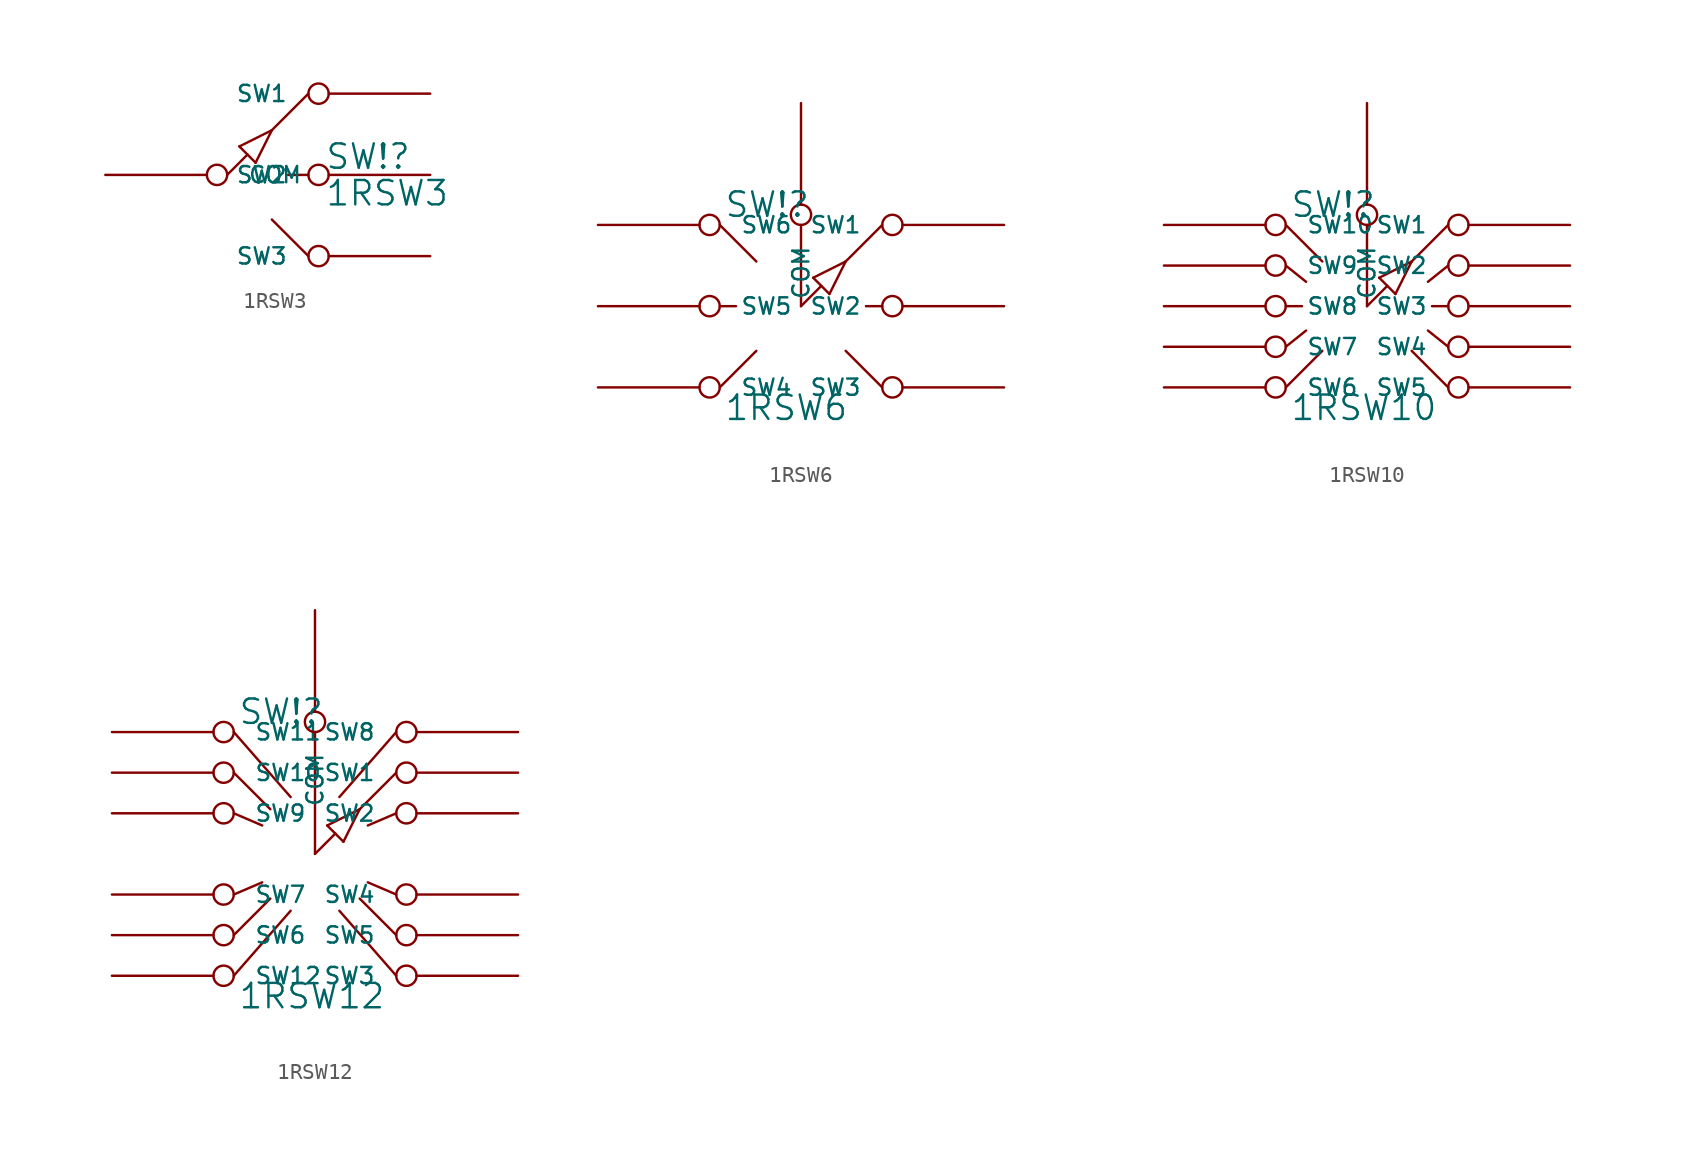
<source format=kicad_sym>
(kicad_symbol_lib
  (version 20231120)
  (generator "kicad_symbol_editor")
  (generator_version "8.0")
  (symbol "1RSW3"
    (pin_names
      (offset 1.27))
    (property "Reference" "SW!"
      (at 6.096 -4.826 0)
      (effects (font (size 1.524 1.524)) (justify left bottom)))
    (property "Value" "1RSW3"
      (at 6.096 -5.334 0)
      (effects (font (size 1.524 1.524)) (justify left top)))
    (symbol "1RSW3_0_1"
      (polyline (pts (xy 0.762 -3.302) (xy 1.778 -4.318)) (stroke (width 0) (type solid)) (fill (type none)))
      (polyline (pts (xy 1.27 -3.81) (xy 0 -5.08)) (stroke (width 0) (type solid)) (fill (type none)))
      (polyline (pts (xy 1.778 -4.318) (xy 2.794 -2.286)) (stroke (width 0) (type solid)) (fill (type none)))
      (polyline (pts (xy 2.794 -2.286) (xy 0.762 -3.302)) (stroke (width 0) (type solid)) (fill (type none)))
      (polyline (pts (xy 5.08 -10.16) (xy 2.794 -7.874)) (stroke (width 0) (type solid)) (fill (type none)))
      (polyline (pts (xy 5.08 -5.08) (xy 3.81 -5.08)) (stroke (width 0) (type solid)) (fill (type none)))
      (polyline (pts (xy 5.08 0) (xy 2.794 -2.286)) (stroke (width 0) (type solid)) (fill (type none))))
    (symbol "1RSW3_1_1"
      (pin passive inverted (at -7.62 -5.08 0) (length 7.62) (name "COM" (effects (font (size 1.016 1.016)))) (number "~" (effects (font (size 1.27 1.27)))))
      (pin passive inverted (at 12.7 0 180) (length 7.62) (name "SW1" (effects (font (size 1.016 1.016)))) (number "~" (effects (font (size 1.27 1.27)))))
      (pin passive inverted (at 12.7 -5.08 180) (length 7.62) (name "SW2" (effects (font (size 1.016 1.016)))) (number "~" (effects (font (size 1.27 1.27)))))
      (pin passive inverted (at 12.7 -10.16 180) (length 7.62) (name "SW3" (effects (font (size 1.016 1.016)))) (number "~" (effects (font (size 1.27 1.27)))))))
  (symbol "1RSW6"
    (pin_names
      (offset 1.27))
    (property "Reference" "SW!"
      (at 0.254 0.381 0)
      (effects (font (size 1.524 1.524)) (justify left bottom)))
    (property "Value" "1RSW6"
      (at 0.254 -10.541 0)
      (effects (font (size 1.524 1.524)) (justify left top)))
    (symbol "1RSW6_0_1"
      (polyline (pts (xy 0 -10.16) (xy 2.286 -7.874)) (stroke (width 0) (type solid)) (fill (type none)))
      (polyline (pts (xy 0 -5.08) (xy 1.016 -5.08)) (stroke (width 0) (type solid)) (fill (type none)))
      (polyline (pts (xy 0 0) (xy 2.286 -2.286)) (stroke (width 0) (type solid)) (fill (type none)))
      (polyline (pts (xy 5.08 0) (xy 5.08 -5.08)) (stroke (width 0) (type solid)) (fill (type none)))
      (polyline (pts (xy 5.842 -3.302) (xy 6.858 -4.318)) (stroke (width 0) (type solid)) (fill (type none)))
      (polyline (pts (xy 6.35 -3.81) (xy 5.08 -5.08)) (stroke (width 0) (type solid)) (fill (type none)))
      (polyline (pts (xy 6.858 -4.318) (xy 7.874 -2.286)) (stroke (width 0) (type solid)) (fill (type none)))
      (polyline (pts (xy 7.874 -2.286) (xy 5.842 -3.302)) (stroke (width 0) (type solid)) (fill (type none)))
      (polyline (pts (xy 10.16 -10.16) (xy 7.874 -7.874)) (stroke (width 0) (type solid)) (fill (type none)))
      (polyline (pts (xy 10.16 -5.08) (xy 9.144 -5.08)) (stroke (width 0) (type solid)) (fill (type none)))
      (polyline (pts (xy 10.16 0) (xy 7.874 -2.286)) (stroke (width 0) (type solid)) (fill (type none))))
    (symbol "1RSW6_1_1"
      (pin passive inverted (at 5.08 7.62 270) (length 7.62) (name "COM" (effects (font (size 1.016 1.016)))) (number "~" (effects (font (size 1.27 1.27)))))
      (pin passive inverted (at 17.78 0 180) (length 7.62) (name "SW1" (effects (font (size 1.016 1.016)))) (number "~" (effects (font (size 1.27 1.27)))))
      (pin passive inverted (at 17.78 -5.08 180) (length 7.62) (name "SW2" (effects (font (size 1.016 1.016)))) (number "~" (effects (font (size 1.27 1.27)))))
      (pin passive inverted (at 17.78 -10.16 180) (length 7.62) (name "SW3" (effects (font (size 1.016 1.016)))) (number "~" (effects (font (size 1.27 1.27)))))
      (pin passive inverted (at -7.62 -10.16 0) (length 7.62) (name "SW4" (effects (font (size 1.016 1.016)))) (number "~" (effects (font (size 1.27 1.27)))))
      (pin passive inverted (at -7.62 -5.08 0) (length 7.62) (name "SW5" (effects (font (size 1.016 1.016)))) (number "~" (effects (font (size 1.27 1.27)))))
      (pin passive inverted (at -7.62 0 0) (length 7.62) (name "SW6" (effects (font (size 1.016 1.016)))) (number "~" (effects (font (size 1.27 1.27)))))))
  (symbol "1RSW10"
    (pin_names
      (offset 1.27))
    (property "Reference" "SW!"
      (at 0.254 0.381 0)
      (effects (font (size 1.524 1.524)) (justify left bottom)))
    (property "Value" "1RSW10"
      (at 0.254 -10.541 0)
      (effects (font (size 1.524 1.524)) (justify left top)))
    (symbol "1RSW10_0_1"
      (polyline (pts (xy 0 -10.16) (xy 2.286 -7.874)) (stroke (width 0) (type solid)) (fill (type none)))
      (polyline (pts (xy 0 -7.62) (xy 1.27 -6.604)) (stroke (width 0) (type solid)) (fill (type none)))
      (polyline (pts (xy 0 -5.08) (xy 1.016 -5.08)) (stroke (width 0) (type solid)) (fill (type none)))
      (polyline (pts (xy 0 -2.54) (xy 1.27 -3.556)) (stroke (width 0) (type solid)) (fill (type none)))
      (polyline (pts (xy 0 0) (xy 2.286 -2.286)) (stroke (width 0) (type solid)) (fill (type none)))
      (polyline (pts (xy 5.08 0) (xy 5.08 -5.08)) (stroke (width 0) (type solid)) (fill (type none)))
      (polyline (pts (xy 5.842 -3.302) (xy 6.858 -4.318)) (stroke (width 0) (type solid)) (fill (type none)))
      (polyline (pts (xy 6.35 -3.81) (xy 5.08 -5.08)) (stroke (width 0) (type solid)) (fill (type none)))
      (polyline (pts (xy 6.858 -4.318) (xy 7.874 -2.286)) (stroke (width 0) (type solid)) (fill (type none)))
      (polyline (pts (xy 7.874 -2.286) (xy 5.842 -3.302)) (stroke (width 0) (type solid)) (fill (type none)))
      (polyline (pts (xy 10.16 -10.16) (xy 7.874 -7.874)) (stroke (width 0) (type solid)) (fill (type none)))
      (polyline (pts (xy 10.16 -7.62) (xy 8.89 -6.604)) (stroke (width 0) (type solid)) (fill (type none)))
      (polyline (pts (xy 10.16 -5.08) (xy 9.144 -5.08)) (stroke (width 0) (type solid)) (fill (type none)))
      (polyline (pts (xy 10.16 -2.54) (xy 8.89 -3.556)) (stroke (width 0) (type solid)) (fill (type none)))
      (polyline (pts (xy 10.16 0) (xy 7.874 -2.286)) (stroke (width 0) (type solid)) (fill (type none))))
    (symbol "1RSW10_1_1"
      (pin passive inverted (at 5.08 7.62 270) (length 7.62) (name "COM" (effects (font (size 1.016 1.016)))) (number "~" (effects (font (size 1.27 1.27)))))
      (pin passive inverted (at 17.78 0 180) (length 7.62) (name "SW1" (effects (font (size 1.016 1.016)))) (number "~" (effects (font (size 1.27 1.27)))))
      (pin passive inverted (at -7.62 0 0) (length 7.62) (name "SW10" (effects (font (size 1.016 1.016)))) (number "~" (effects (font (size 1.27 1.27)))))
      (pin passive inverted (at 17.78 -2.54 180) (length 7.62) (name "SW2" (effects (font (size 1.016 1.016)))) (number "~" (effects (font (size 1.27 1.27)))))
      (pin passive inverted (at 17.78 -5.08 180) (length 7.62) (name "SW3" (effects (font (size 1.016 1.016)))) (number "~" (effects (font (size 1.27 1.27)))))
      (pin passive inverted (at 17.78 -7.62 180) (length 7.62) (name "SW4" (effects (font (size 1.016 1.016)))) (number "~" (effects (font (size 1.27 1.27)))))
      (pin passive inverted (at 17.78 -10.16 180) (length 7.62) (name "SW5" (effects (font (size 1.016 1.016)))) (number "~" (effects (font (size 1.27 1.27)))))
      (pin passive inverted (at -7.62 -10.16 0) (length 7.62) (name "SW6" (effects (font (size 1.016 1.016)))) (number "~" (effects (font (size 1.27 1.27)))))
      (pin passive inverted (at -7.62 -7.62 0) (length 7.62) (name "SW7" (effects (font (size 1.016 1.016)))) (number "~" (effects (font (size 1.27 1.27)))))
      (pin passive inverted (at -7.62 -5.08 0) (length 7.62) (name "SW8" (effects (font (size 1.016 1.016)))) (number "~" (effects (font (size 1.27 1.27)))))
      (pin passive inverted (at -7.62 -2.54 0) (length 7.62) (name "SW9" (effects (font (size 1.016 1.016)))) (number "~" (effects (font (size 1.27 1.27)))))))
  (symbol "1RSW12"
    (pin_names
      (offset 1.27))
    (property "Reference" "SW!"
      (at 0.254 0.381 0)
      (effects (font (size 1.524 1.524)) (justify left bottom)))
    (property "Value" "1RSW12"
      (at 0.254 -15.621 0)
      (effects (font (size 1.524 1.524)) (justify left top)))
    (symbol "1RSW12_0_1"
      (polyline (pts (xy 0 -15.24) (xy 3.556 -11.176)) (stroke (width 0) (type solid)) (fill (type none)))
      (polyline (pts (xy 0 -12.7) (xy 2.286 -10.414)) (stroke (width 0) (type solid)) (fill (type none)))
      (polyline (pts (xy 0 -5.08) (xy 1.778 -5.842)) (stroke (width 0) (type solid)) (fill (type none)))
      (polyline (pts (xy 0 -2.54) (xy 2.286 -4.826)) (stroke (width 0) (type solid)) (fill (type none)))
      (polyline (pts (xy 0 0) (xy 3.556 -4.064)) (stroke (width 0) (type solid)) (fill (type none)))
      (polyline (pts (xy 1.778 -9.398) (xy 0 -10.16)) (stroke (width 0) (type solid)) (fill (type none)))
      (polyline (pts (xy 5.08 0) (xy 5.08 -7.62)) (stroke (width 0) (type solid)) (fill (type none)))
      (polyline (pts (xy 5.842 -5.842) (xy 6.858 -6.858)) (stroke (width 0) (type solid)) (fill (type none)))
      (polyline (pts (xy 6.35 -6.35) (xy 5.08 -7.62)) (stroke (width 0) (type solid)) (fill (type none)))
      (polyline (pts (xy 6.604 -11.176) (xy 10.16 -15.24)) (stroke (width 0) (type solid)) (fill (type none)))
      (polyline (pts (xy 6.604 -4.064) (xy 10.16 0)) (stroke (width 0) (type solid)) (fill (type none)))
      (polyline (pts (xy 6.858 -6.858) (xy 7.874 -4.826)) (stroke (width 0) (type solid)) (fill (type none)))
      (polyline (pts (xy 7.874 -4.826) (xy 5.842 -5.842)) (stroke (width 0) (type solid)) (fill (type none)))
      (polyline (pts (xy 8.382 -9.398) (xy 10.16 -10.16)) (stroke (width 0) (type solid)) (fill (type none)))
      (polyline (pts (xy 10.16 -12.7) (xy 7.874 -10.414)) (stroke (width 0) (type solid)) (fill (type none)))
      (polyline (pts (xy 10.16 -5.08) (xy 8.382 -5.842)) (stroke (width 0) (type solid)) (fill (type none)))
      (polyline (pts (xy 10.16 -2.54) (xy 7.874 -4.826)) (stroke (width 0) (type solid)) (fill (type none))))
    (symbol "1RSW12_1_1"
      (pin passive inverted (at 5.08 7.62 270) (length 7.62) (name "COM" (effects (font (size 1.016 1.016)))) (number "~" (effects (font (size 1.27 1.27)))))
      (pin passive inverted (at 17.78 -2.54 180) (length 7.62) (name "SW1" (effects (font (size 1.016 1.016)))) (number "~" (effects (font (size 1.27 1.27)))))
      (pin passive inverted (at -7.62 -2.54 0) (length 7.62) (name "SW10" (effects (font (size 1.016 1.016)))) (number "~" (effects (font (size 1.27 1.27)))))
      (pin passive inverted (at -7.62 0 0) (length 7.62) (name "SW11" (effects (font (size 1.016 1.016)))) (number "~" (effects (font (size 1.27 1.27)))))
      (pin passive inverted (at -7.62 -15.24 0) (length 7.62) (name "SW12" (effects (font (size 1.016 1.016)))) (number "~" (effects (font (size 1.27 1.27)))))
      (pin passive inverted (at 17.78 -5.08 180) (length 7.62) (name "SW2" (effects (font (size 1.016 1.016)))) (number "~" (effects (font (size 1.27 1.27)))))
      (pin passive inverted (at 17.78 -15.24 180) (length 7.62) (name "SW3" (effects (font (size 1.016 1.016)))) (number "~" (effects (font (size 1.27 1.27)))))
      (pin passive inverted (at 17.78 -10.16 180) (length 7.62) (name "SW4" (effects (font (size 1.016 1.016)))) (number "~" (effects (font (size 1.27 1.27)))))
      (pin passive inverted (at 17.78 -12.7 180) (length 7.62) (name "SW5" (effects (font (size 1.016 1.016)))) (number "~" (effects (font (size 1.27 1.27)))))
      (pin passive inverted (at -7.62 -12.7 0) (length 7.62) (name "SW6" (effects (font (size 1.016 1.016)))) (number "~" (effects (font (size 1.27 1.27)))))
      (pin passive inverted (at -7.62 -10.16 0) (length 7.62) (name "SW7" (effects (font (size 1.016 1.016)))) (number "~" (effects (font (size 1.27 1.27)))))
      (pin passive inverted (at 17.78 0 180) (length 7.62) (name "SW8" (effects (font (size 1.016 1.016)))) (number "~" (effects (font (size 1.27 1.27)))))
      (pin passive inverted (at -7.62 -5.08 0) (length 7.62) (name "SW9" (effects (font (size 1.016 1.016)))) (number "~" (effects (font (size 1.27 1.27))))))))
</source>
